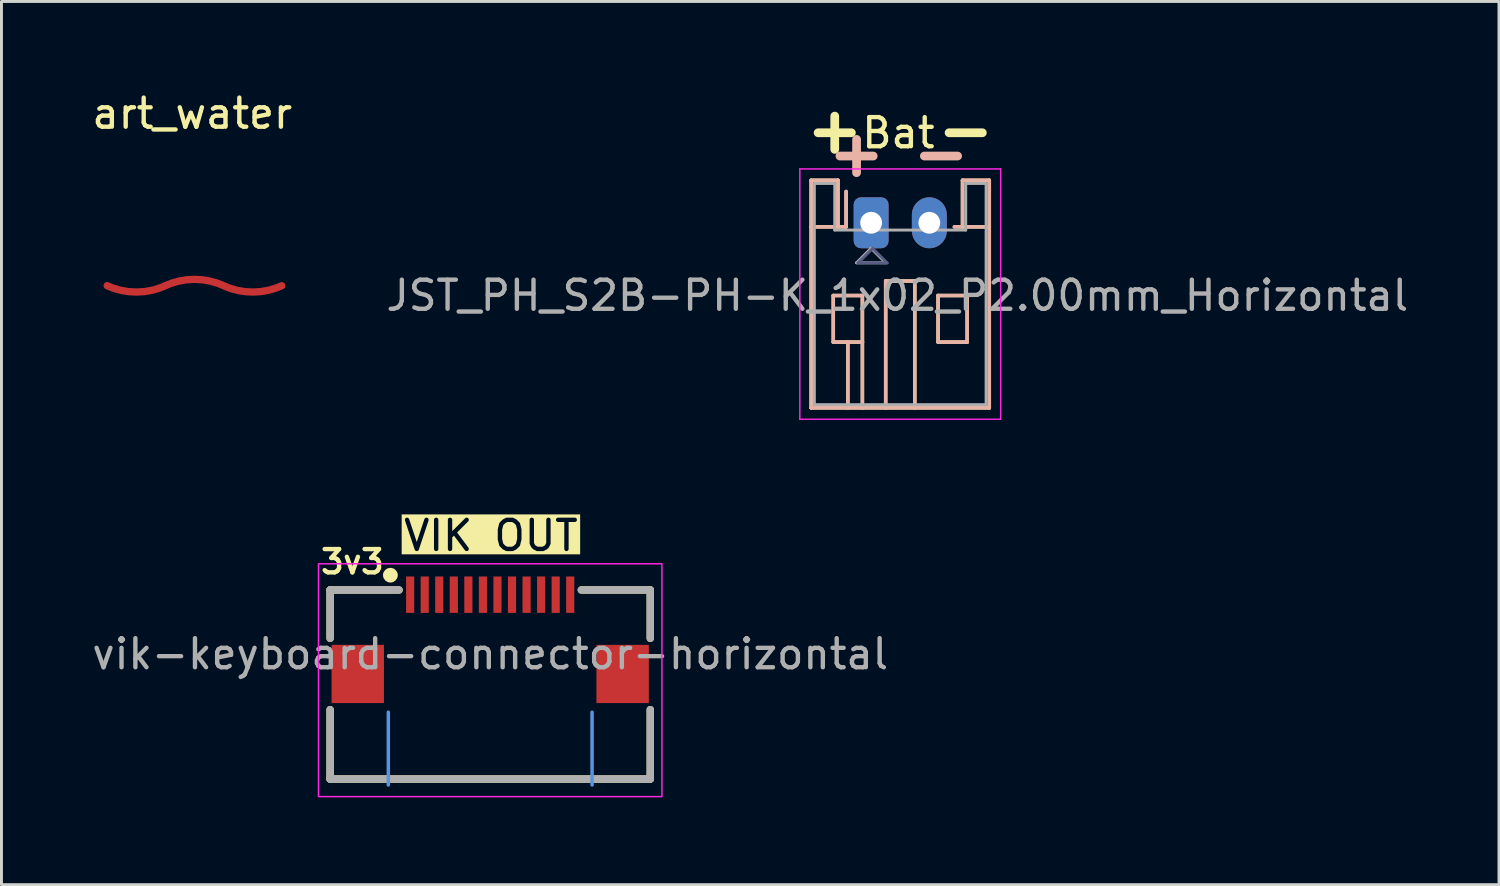
<source format=kicad_pcb>
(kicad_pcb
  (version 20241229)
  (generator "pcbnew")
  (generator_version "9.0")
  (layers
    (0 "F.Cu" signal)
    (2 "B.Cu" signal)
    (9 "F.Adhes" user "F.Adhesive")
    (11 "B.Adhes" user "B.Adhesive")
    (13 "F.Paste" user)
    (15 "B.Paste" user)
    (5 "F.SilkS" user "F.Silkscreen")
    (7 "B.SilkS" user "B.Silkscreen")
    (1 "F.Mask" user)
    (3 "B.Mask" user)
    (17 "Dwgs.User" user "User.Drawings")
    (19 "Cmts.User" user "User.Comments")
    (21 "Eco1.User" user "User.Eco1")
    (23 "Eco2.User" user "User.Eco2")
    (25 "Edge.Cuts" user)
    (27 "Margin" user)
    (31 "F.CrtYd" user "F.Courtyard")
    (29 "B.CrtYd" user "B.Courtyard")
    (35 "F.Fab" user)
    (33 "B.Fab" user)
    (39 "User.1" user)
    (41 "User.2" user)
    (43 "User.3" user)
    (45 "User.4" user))
  (footprint "JST_PH_S2B-PH-K_1x02_P2.00mm_Horizontal"
    (layer "F.Cu")
    (at 26.88 4.604)
    (property "Reference" "JST_PH_S2B-PH-K_1x02_P2.00mm_Horizontal" (at 0.9 2.5 180) (layer "F.Fab") (effects (font (size 1 1) (thickness 0.15))))
    (attr through_hole allow_soldermask_bridges)
    (private_layers "User.9")
    (fp_line (start -2.06 -1.46) (end -2.06 6.36) (stroke (width 0.12) (type solid)) (layer "F.SilkS"))
    (fp_line (start -2.06 0.14) (end -1.14 0.14) (stroke (width 0.12) (type solid)) (layer "F.SilkS"))
    (fp_line (start -2.06 6.36) (end 4.06 6.36) (stroke (width 0.12) (type solid)) (layer "F.SilkS"))
    (fp_line (start -1.3 2.5) (end -1.3 4.1) (stroke (width 0.12) (type solid)) (layer "F.SilkS"))
    (fp_line (start -1.3 4.1) (end -0.3 4.1) (stroke (width 0.12) (type solid)) (layer "F.SilkS"))
    (fp_line (start -1.14 -1.46) (end -2.06 -1.46) (stroke (width 0.12) (type solid)) (layer "F.SilkS"))
    (fp_line (start -1.14 0.14) (end -1.14 -1.46) (stroke (width 0.12) (type solid)) (layer "F.SilkS"))
    (fp_line (start -0.86 0.14) (end -1.14 0.14) (stroke (width 0.12) (type solid)) (layer "F.SilkS"))
    (fp_line (start -0.86 0.14) (end -0.86 -1.075) (stroke (width 0.12) (type solid)) (layer "F.SilkS"))
    (fp_line (start -0.8 4.1) (end -0.8 6.36) (stroke (width 0.12) (type solid)) (layer "F.SilkS"))
    (fp_line (start -0.3 2.5) (end -1.3 2.5) (stroke (width 0.12) (type solid)) (layer "F.SilkS"))
    (fp_line (start -0.3 4.1) (end -0.3 2.5) (stroke (width 0.12) (type solid)) (layer "F.SilkS"))
    (fp_line (start -0.3 4.1) (end -0.3 6.36) (stroke (width 0.12) (type solid)) (layer "F.SilkS"))
    (fp_line (start 0.5 2) (end 1.5 2) (stroke (width 0.12) (type solid)) (layer "F.SilkS"))
    (fp_line (start 0.5 6.36) (end 0.5 2) (stroke (width 0.12) (type solid)) (layer "F.SilkS"))
    (fp_line (start 1.5 2) (end 1.5 6.36) (stroke (width 0.12) (type solid)) (layer "F.SilkS"))
    (fp_line (start 2.3 2.5) (end 3.3 2.5) (stroke (width 0.12) (type solid)) (layer "F.SilkS"))
    (fp_line (start 2.3 4.1) (end 2.3 2.5) (stroke (width 0.12) (type solid)) (layer "F.SilkS"))
    (fp_line (start 3.14 -1.46) (end 3.14 0.14) (stroke (width 0.12) (type solid)) (layer "F.SilkS"))
    (fp_line (start 3.14 0.14) (end 2.86 0.14) (stroke (width 0.12) (type solid)) (layer "F.SilkS"))
    (fp_line (start 3.3 2.5) (end 3.3 4.1) (stroke (width 0.12) (type solid)) (layer "F.SilkS"))
    (fp_line (start 3.3 4.1) (end 2.3 4.1) (stroke (width 0.12) (type solid)) (layer "F.SilkS"))
    (fp_line (start 4.06 -1.46) (end 3.14 -1.46) (stroke (width 0.12) (type solid)) (layer "F.SilkS"))
    (fp_line (start 4.06 0.14) (end 3.14 0.14) (stroke (width 0.12) (type solid)) (layer "F.SilkS"))
    (fp_line (start 4.06 6.36) (end 4.06 -1.46) (stroke (width 0.12) (type solid)) (layer "F.SilkS"))
    (fp_line (start -2.06 -1.46) (end -1.14 -1.46) (stroke (width 0.12) (type solid)) (layer "B.SilkS"))
    (fp_line (start -2.06 0.14) (end -1.14 0.14) (stroke (width 0.12) (type solid)) (layer "B.SilkS"))
    (fp_line (start -2.06 6.36) (end -2.06 -1.46) (stroke (width 0.12) (type solid)) (layer "B.SilkS"))
    (fp_line (start -1.3 2.5) (end -1.3 4.1) (stroke (width 0.12) (type solid)) (layer "B.SilkS"))
    (fp_line (start -1.3 4.1) (end -0.3 4.1) (stroke (width 0.12) (type solid)) (layer "B.SilkS"))
    (fp_line (start -1.14 -1.46) (end -1.14 0.14) (stroke (width 0.12) (type solid)) (layer "B.SilkS"))
    (fp_line (start -1.14 0.14) (end -0.86 0.14) (stroke (width 0.12) (type solid)) (layer "B.SilkS"))
    (fp_line (start -0.86 0.14) (end -0.86 -1.075) (stroke (width 0.12) (type solid)) (layer "B.SilkS"))
    (fp_line (start -0.8 4.1) (end -0.8 6.36) (stroke (width 0.12) (type solid)) (layer "B.SilkS"))
    (fp_line (start -0.3 2.5) (end -1.3 2.5) (stroke (width 0.12) (type solid)) (layer "B.SilkS"))
    (fp_line (start -0.3 4.1) (end -0.3 2.5) (stroke (width 0.12) (type solid)) (layer "B.SilkS"))
    (fp_line (start -0.3 4.1) (end -0.3 6.36) (stroke (width 0.12) (type solid)) (layer "B.SilkS"))
    (fp_line (start 0.5 2) (end 0.5 6.36) (stroke (width 0.12) (type solid)) (layer "B.SilkS"))
    (fp_line (start 1.5 2) (end 0.5 2) (stroke (width 0.12) (type solid)) (layer "B.SilkS"))
    (fp_line (start 1.5 6.36) (end 1.5 2) (stroke (width 0.12) (type solid)) (layer "B.SilkS"))
    (fp_line (start 2.3 2.5) (end 3.3 2.5) (stroke (width 0.12) (type solid)) (layer "B.SilkS"))
    (fp_line (start 2.3 4.1) (end 2.3 2.5) (stroke (width 0.12) (type solid)) (layer "B.SilkS"))
    (fp_line (start 2.86 0.14) (end 3.14 0.14) (stroke (width 0.12) (type solid)) (layer "B.SilkS"))
    (fp_line (start 3.14 -1.46) (end 4.06 -1.46) (stroke (width 0.12) (type solid)) (layer "B.SilkS"))
    (fp_line (start 3.14 0.14) (end 3.14 -1.46) (stroke (width 0.12) (type solid)) (layer "B.SilkS"))
    (fp_line (start 3.3 2.5) (end 3.3 4.1) (stroke (width 0.12) (type solid)) (layer "B.SilkS"))
    (fp_line (start 3.3 4.1) (end 2.3 4.1) (stroke (width 0.12) (type solid)) (layer "B.SilkS"))
    (fp_line (start 4.06 -1.46) (end 4.06 6.36) (stroke (width 0.12) (type solid)) (layer "B.SilkS"))
    (fp_line (start 4.06 0.14) (end 3.14 0.14) (stroke (width 0.12) (type solid)) (layer "B.SilkS"))
    (fp_line (start 4.06 6.36) (end -2.06 6.36) (stroke (width 0.12) (type solid)) (layer "B.SilkS"))
    (fp_line (start -0.658 -0.638) (end -0.658 0.638) (stroke (width 0.12) (type solid)) (layer "B.Adhes"))
    (fp_line (start -0.358 -0.938) (end 0.36 -0.938) (stroke (width 0.12) (type solid)) (layer "B.Adhes"))
    (fp_line (start -0.358 0.938) (end 0.36 0.94) (stroke (width 0.12) (type solid)) (layer "B.Adhes"))
    (fp_line (start 0.66 0.64) (end 0.66 -0.638) (stroke (width 0.12) (type solid)) (layer "B.Adhes"))
    (fp_arc (start -0.657867 -0.637867) (mid -0.57 -0.85) (end -0.357867 -0.937868) (stroke (width 0.12) (type solid)) (layer "B.Adhes"))
    (fp_arc (start -0.357867 0.937869) (mid -0.57 0.850002) (end -0.657868 0.637869) (stroke (width 0.12) (type solid)) (layer "B.Adhes"))
    (fp_arc (start 0.36 -0.937867) (mid 0.572132 -0.849999) (end 0.66 -0.637867) (stroke (width 0.12) (type solid)) (layer "B.Adhes"))
    (fp_arc (start 0.66 0.64) (mid 0.572132 0.852132) (end 0.36 0.940001) (stroke (width 0.12) (type solid)) (layer "B.Adhes"))
    (fp_line (start -2.45 -1.85) (end -2.45 6.75) (stroke (width 0.05) (type solid)) (layer "F.CrtYd"))
    (fp_line (start -2.45 6.75) (end 4.45 6.75) (stroke (width 0.05) (type solid)) (layer "F.CrtYd"))
    (fp_line (start 4.45 -1.85) (end -2.45 -1.85) (stroke (width 0.05) (type solid)) (layer "F.CrtYd"))
    (fp_line (start 4.45 6.75) (end 4.45 -1.85) (stroke (width 0.05) (type solid)) (layer "F.CrtYd"))
    (fp_line (start -0.45 1.38) (end 0.05 0.88) (stroke (width 0.1) (type solid)) (layer "B.Fab"))
    (fp_line (start 0.05 0.88) (end 0.55 1.38) (stroke (width 0.1) (type solid)) (layer "B.Fab"))
    (fp_line (start 0.55 1.38) (end -0.45 1.38) (stroke (width 0.1) (type solid)) (layer "B.Fab"))
    (fp_line (start -1.95 -1.35) (end -1.95 6.25) (stroke (width 0.1) (type solid)) (layer "F.Fab"))
    (fp_line (start -1.95 6.25) (end 3.95 6.25) (stroke (width 0.1) (type solid)) (layer "F.Fab"))
    (fp_line (start -1.25 -1.35) (end -1.95 -1.35) (stroke (width 0.1) (type solid)) (layer "F.Fab"))
    (fp_line (start -1.25 0.25) (end -1.25 -1.35) (stroke (width 0.1) (type solid)) (layer "F.Fab"))
    (fp_line (start -0.5 1.375) (end 0.5 1.375) (stroke (width 0.1) (type solid)) (layer "F.Fab"))
    (fp_line (start 0 0.875) (end -0.5 1.375) (stroke (width 0.1) (type solid)) (layer "F.Fab"))
    (fp_line (start 0.5 1.375) (end 0 0.875) (stroke (width 0.1) (type solid)) (layer "F.Fab"))
    (fp_line (start 3.25 -1.35) (end 3.25 0.25) (stroke (width 0.1) (type solid)) (layer "F.Fab"))
    (fp_line (start 3.25 0.25) (end -1.25 0.25) (stroke (width 0.1) (type solid)) (layer "F.Fab"))
    (fp_line (start 3.95 -1.35) (end 3.25 -1.35) (stroke (width 0.1) (type solid)) (layer "F.Fab"))
    (fp_line (start 3.95 6.25) (end 3.95 -1.35) (stroke (width 0.1) (type solid)) (layer "F.Fab"))
    (fp_text user "-" (at 3.25 -3.2 180) (layer "F.SilkS") (effects (font (size 1.5 1.5) (thickness 0.3)) (justify mirror)))
    (fp_text user "+" (at -1.25 -3.2 0) (layer "F.SilkS") (effects (font (size 1.5 1.5) (thickness 0.3)) (justify mirror)))
    (fp_text user "Bat" (at -0.4 -2.5 0) (unlocked yes) (layer "F.SilkS") (effects (font (size 1 1) (thickness 0.15)) (justify left bottom)))
    (fp_text user "+" (at -0.5 -2.4 0) (layer "B.SilkS") (effects (font (size 1.5 1.5) (thickness 0.3)) (justify mirror)))
    (fp_text user "-" (at 2.4 -2.4 180) (layer "B.SilkS") (effects (font (size 1.5 1.5) (thickness 0.3)) (justify mirror)))
    (pad "" smd oval (at 2 0.000001) (size 1.3 1.85) (layers "B.Adhes"))
    (pad "1" thru_hole custom (at 0 0) (size 1.2 1.2) (drill 0.75) (layers "*.Cu" "*.Mask") (options (anchor circle)) (primitives (gr_poly (pts (xy -0.6 -0.625) (xy -0.581 -0.721) (xy -0.527 -0.802) (xy -0.446 -0.856) (xy -0.35 -0.875) (xy 0.35 -0.875) (xy 0.446 -0.856) (xy 0.527 -0.802) (xy 0.581 -0.721) (xy 0.6 -0.625) (xy 0.6 0.625) (xy 0.581 0.721) (xy 0.527 0.802) (xy 0.446 0.856) (xy 0.35 0.875) (xy -0.35 0.875) (xy -0.446 0.856) (xy -0.527 0.802) (xy -0.581 0.721) (xy -0.6 0.625)) (width 0) (fill yes))))
    (pad "2" thru_hole oval (at 2 0.000001) (size 1.2 1.75) (drill 0.75) (layers "*.Cu" "*.Mask")))
  (footprint "vik-keyboard-connector-horizontal"
    (layer "F.Cu")
    (at 13.792 19.42)
    (property "Reference" "vik-keyboard-connector-horizontal" (at 0 0 0) (unlocked yes) (layer "F.Fab") (effects (font (size 1 1) (thickness 0.15))))
    (attr smd)
    (private_layers "User.9")
    (fp_line (start -5.5 -2.2) (end -3.131 -2.2) (stroke (width 0.254) (type solid)) (layer "F.SilkS"))
    (fp_line (start -5.5 -0.539) (end -5.5 -2.2) (stroke (width 0.254) (type solid)) (layer "F.SilkS"))
    (fp_line (start -5.5 4.295) (end -5.5 1.912) (stroke (width 0.254) (type solid)) (layer "F.SilkS"))
    (fp_line (start 5.5 -2.2) (end 3.131 -2.2) (stroke (width 0.254) (type solid)) (layer "F.SilkS"))
    (fp_line (start 5.5 -0.539) (end 5.5 -2.2) (stroke (width 0.254) (type solid)) (layer "F.SilkS"))
    (fp_line (start 5.5 4.295) (end -5.5 4.295) (stroke (width 0.254) (type solid)) (layer "F.SilkS"))
    (fp_line (start 5.5 4.295) (end 5.5 1.912) (stroke (width 0.254) (type solid)) (layer "F.SilkS"))
    (fp_circle (center -3.429 -2.708) (end -3.302 -2.708) (stroke (width 0.254) (type solid)) (fill no) (layer "F.SilkS"))
    (fp_line (start -3.5 2) (end -3.5 4.5) (stroke (width 0.12) (type default)) (layer "Cmts.User"))
    (fp_line (start 3.5 2) (end 3.5 4.5) (stroke (width 0.12) (type default)) (layer "Cmts.User"))
    (fp_rect (start -5.9 -3.1) (end 5.9 4.9) (stroke (width 0.05) (type default)) (fill no) (layer "F.CrtYd"))
    (fp_line (start -5.5 -2.2) (end -3.131 -2.2) (stroke (width 0.254) (type solid)) (layer "F.Fab"))
    (fp_line (start -5.5 -0.539) (end -5.5 -2.2) (stroke (width 0.254) (type solid)) (layer "F.Fab"))
    (fp_line (start -5.5 4.295) (end -5.5 1.912) (stroke (width 0.254) (type solid)) (layer "F.Fab"))
    (fp_line (start 5.5 -2.2) (end 3.131 -2.2) (stroke (width 0.254) (type solid)) (layer "F.Fab"))
    (fp_line (start 5.5 -0.539) (end 5.5 -2.2) (stroke (width 0.254) (type solid)) (layer "F.Fab"))
    (fp_line (start 5.5 4.295) (end -5.5 4.295) (stroke (width 0.254) (type solid)) (layer "F.Fab"))
    (fp_line (start 5.5 4.295) (end 5.5 1.912) (stroke (width 0.254) (type solid)) (layer "F.Fab"))
    (fp_text user "VIK OUT" (at -3.05 -3.48 0) (unlocked yes) (layer "F.SilkS" knockout) (effects (font (size 1 1) (thickness 0.15)) (justify left bottom)))
    (fp_text user "3v3" (at -5.9 -2.7 0) (unlocked yes) (layer "F.SilkS") (effects (font (size 0.8 0.8) (thickness 0.15)) (justify left bottom)))
    (fp_text user "C479750" (at 0 7.7 0) (layer "User.9") (effects (font (size 1 1) (thickness 0.15))))
    (pad "" smd rect (at -4.55 0.686) (size 1.8 2) (layers "F.Cu" "F.Mask" "F.Paste"))
    (pad "" smd rect (at 4.55 0.686) (size 1.8 2) (layers "F.Cu" "F.Mask" "F.Paste"))
    (pad "1" smd rect (at -2.75 -2.038) (size 0.28 1.25) (layers "F.Cu" "F.Mask" "F.Paste"))
    (pad "2" smd rect (at -2.25 -2.038) (size 0.28 1.25) (layers "F.Cu" "F.Mask" "F.Paste"))
    (pad "3" smd rect (at -1.75 -2.038) (size 0.28 1.25) (layers "F.Cu" "F.Mask" "F.Paste"))
    (pad "4" smd rect (at -1.25 -2.038) (size 0.28 1.25) (layers "F.Cu" "F.Mask" "F.Paste"))
    (pad "5" smd rect (at -0.75 -2.038) (size 0.28 1.25) (layers "F.Cu" "F.Mask" "F.Paste"))
    (pad "6" smd rect (at -0.25 -2.038) (size 0.28 1.25) (layers "F.Cu" "F.Mask" "F.Paste"))
    (pad "7" smd rect (at 0.25 -2.038) (size 0.28 1.25) (layers "F.Cu" "F.Mask" "F.Paste"))
    (pad "8" smd rect (at 0.75 -2.038) (size 0.28 1.25) (layers "F.Cu" "F.Mask" "F.Paste"))
    (pad "9" smd rect (at 1.25 -2.038) (size 0.28 1.25) (layers "F.Cu" "F.Mask" "F.Paste"))
    (pad "10" smd rect (at 1.75 -2.038) (size 0.28 1.25) (layers "F.Cu" "F.Mask" "F.Paste"))
    (pad "11" smd rect (at 2.25 -2.038) (size 0.28 1.25) (layers "F.Cu" "F.Mask" "F.Paste"))
    (pad "12" smd rect (at 2.75 -2.038) (size 0.28 1.25) (layers "F.Cu" "F.Mask" "F.Paste")))
  (footprint "art_water"
    (layer "F.Cu")
    (at 3.554 6.817)
    (property "Reference" "art_water" (at 0 -5.969 0) (unlocked yes) (layer "F.SilkS") (effects (font (size 1 1) (thickness 0.15))))
    (attr smd board_only exclude_from_pos_files exclude_from_bom allow_missing_courtyard dnp allow_soldermask_bridges)
    (pad "" smd custom (at -2.921 -0.051) (size 0.254 0.254) (layers "F.Cu" "F.Mask") (options (anchor circle)) (primitives (gr_arc (start 1.996623 0.001532) (mid 1.015017 0.216563) (end 0.030814 0.013748) (width 0.254)) (gr_arc (start 5.996623 0.001532) (mid 5.015017 0.216563) (end 4.030814 0.013748) (width 0.254)) (gr_arc (start 2.003377 -0.001532) (mid 2.984983 -0.216563) (end 3.969186 -0.013748) (width 0.254)))))
  (gr_rect
    (start -3 -3)
    (end 48.452 27.345)
    (stroke (width 0.1) (type default))
    (fill no)
    (layer "Edge.Cuts")))
</source>
